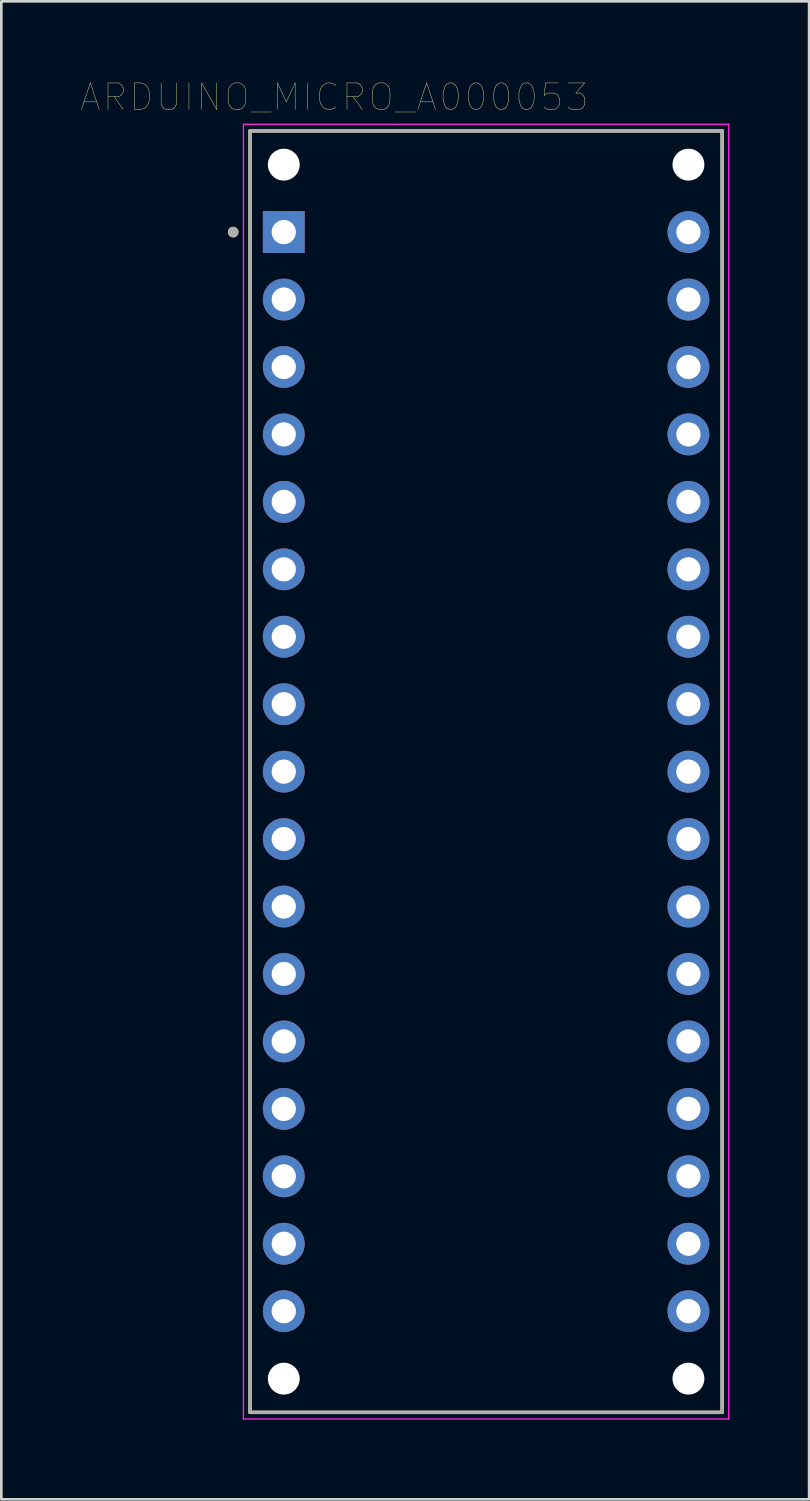
<source format=kicad_pcb>
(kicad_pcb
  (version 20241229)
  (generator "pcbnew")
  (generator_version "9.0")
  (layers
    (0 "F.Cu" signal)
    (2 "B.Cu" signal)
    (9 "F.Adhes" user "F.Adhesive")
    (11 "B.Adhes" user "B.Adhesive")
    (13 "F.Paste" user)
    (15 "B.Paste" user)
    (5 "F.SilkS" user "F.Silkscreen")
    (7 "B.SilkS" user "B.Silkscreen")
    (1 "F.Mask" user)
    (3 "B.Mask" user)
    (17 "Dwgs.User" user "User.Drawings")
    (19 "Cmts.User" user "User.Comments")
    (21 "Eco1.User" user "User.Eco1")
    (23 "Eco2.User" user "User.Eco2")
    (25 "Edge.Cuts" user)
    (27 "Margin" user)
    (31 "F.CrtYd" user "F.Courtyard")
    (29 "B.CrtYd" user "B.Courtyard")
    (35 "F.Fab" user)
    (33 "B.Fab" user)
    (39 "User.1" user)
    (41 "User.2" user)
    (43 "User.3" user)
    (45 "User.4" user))
  (footprint "ARDUINO_MICRO_A000053"
    (layer "F.Cu")
    (at 15.257 26.011)
    (property "Reference" "ARDUINO_MICRO_A000053" (at -5.715 -25.4 0) (layer "F.SilkS") (effects (font (size 1 1) (thickness 0.015))))
    (attr through_hole)
    (fp_line (start -8.89 -24.13) (end 8.89 -24.13) (stroke (width 0.127) (type solid)) (layer "F.SilkS"))
    (fp_line (start -8.89 24.13) (end -8.89 -24.13) (stroke (width 0.127) (type solid)) (layer "F.SilkS"))
    (fp_line (start -8.89 24.13) (end 8.89 24.13) (stroke (width 0.127) (type solid)) (layer "F.SilkS"))
    (fp_line (start 8.89 24.13) (end 8.89 -24.13) (stroke (width 0.127) (type solid)) (layer "F.SilkS"))
    (fp_circle (center -9.525 -20.32) (end -9.425 -20.32) (stroke (width 0.2) (type solid)) (fill no) (layer "F.SilkS"))
    (fp_line (start -9.14 -24.38) (end 9.14 -24.38) (stroke (width 0.05) (type solid)) (layer "F.CrtYd"))
    (fp_line (start -9.14 24.38) (end -9.14 -24.38) (stroke (width 0.05) (type solid)) (layer "F.CrtYd"))
    (fp_line (start -9.14 24.38) (end 9.14 24.38) (stroke (width 0.05) (type solid)) (layer "F.CrtYd"))
    (fp_line (start 9.14 24.38) (end 9.14 -24.38) (stroke (width 0.05) (type solid)) (layer "F.CrtYd"))
    (fp_line (start -8.89 -24.13) (end 8.89 -24.13) (stroke (width 0.127) (type solid)) (layer "F.Fab"))
    (fp_line (start -8.89 24.13) (end -8.89 -24.13) (stroke (width 0.127) (type solid)) (layer "F.Fab"))
    (fp_line (start -8.89 24.13) (end 8.89 24.13) (stroke (width 0.127) (type solid)) (layer "F.Fab"))
    (fp_line (start 8.89 24.13) (end 8.89 -24.13) (stroke (width 0.127) (type solid)) (layer "F.Fab"))
    (fp_circle (center -9.525 -20.32) (end -9.425 -20.32) (stroke (width 0.2) (type solid)) (fill no) (layer "F.Fab"))
    (pad "" np_thru_hole circle (at -7.62 -22.86) (size 1.2 1.2) (drill 1.2) (layers "*.Cu" "*.Mask"))
    (pad "" np_thru_hole circle (at -7.62 22.86) (size 1.2 1.2) (drill 1.2) (layers "*.Cu" "*.Mask"))
    (pad "" np_thru_hole circle (at 7.62 -22.86) (size 1.2 1.2) (drill 1.2) (layers "*.Cu" "*.Mask"))
    (pad "" np_thru_hole circle (at 7.62 22.86) (size 1.2 1.2) (drill 1.2) (layers "*.Cu" "*.Mask"))
    (pad "1" thru_hole rect (at -7.62 -20.32) (size 1.575 1.575) (drill 0.914) (layers "*.Cu" "*.Mask"))
    (pad "2" thru_hole circle (at -7.62 -17.78) (size 1.575 1.575) (drill 0.914) (layers "*.Cu" "*.Mask"))
    (pad "3" thru_hole circle (at -7.62 -15.24) (size 1.575 1.575) (drill 0.914) (layers "*.Cu" "*.Mask"))
    (pad "4" thru_hole circle (at -7.62 -12.7) (size 1.575 1.575) (drill 0.914) (layers "*.Cu" "*.Mask"))
    (pad "5" thru_hole circle (at -7.62 -10.16) (size 1.575 1.575) (drill 0.914) (layers "*.Cu" "*.Mask"))
    (pad "6" thru_hole circle (at -7.62 -7.62) (size 1.575 1.575) (drill 0.914) (layers "*.Cu" "*.Mask"))
    (pad "7" thru_hole circle (at -7.62 -5.08) (size 1.575 1.575) (drill 0.914) (layers "*.Cu" "*.Mask"))
    (pad "8" thru_hole circle (at -7.62 -2.54) (size 1.575 1.575) (drill 0.914) (layers "*.Cu" "*.Mask"))
    (pad "9" thru_hole circle (at -7.62 0) (size 1.575 1.575) (drill 0.914) (layers "*.Cu" "*.Mask"))
    (pad "10" thru_hole circle (at -7.62 2.54) (size 1.575 1.575) (drill 0.914) (layers "*.Cu" "*.Mask"))
    (pad "11" thru_hole circle (at -7.62 5.08) (size 1.575 1.575) (drill 0.914) (layers "*.Cu" "*.Mask"))
    (pad "12" thru_hole circle (at -7.62 7.62) (size 1.575 1.575) (drill 0.914) (layers "*.Cu" "*.Mask"))
    (pad "13" thru_hole circle (at -7.62 10.16) (size 1.575 1.575) (drill 0.914) (layers "*.Cu" "*.Mask"))
    (pad "14" thru_hole circle (at -7.62 12.7) (size 1.575 1.575) (drill 0.914) (layers "*.Cu" "*.Mask"))
    (pad "15" thru_hole circle (at -7.62 15.24) (size 1.575 1.575) (drill 0.914) (layers "*.Cu" "*.Mask"))
    (pad "16" thru_hole circle (at -7.62 17.78) (size 1.575 1.575) (drill 0.914) (layers "*.Cu" "*.Mask"))
    (pad "17" thru_hole circle (at -7.62 20.32) (size 1.575 1.575) (drill 0.914) (layers "*.Cu" "*.Mask"))
    (pad "18" thru_hole circle (at 7.62 20.32) (size 1.575 1.575) (drill 0.914) (layers "*.Cu" "*.Mask"))
    (pad "19" thru_hole circle (at 7.62 17.78) (size 1.575 1.575) (drill 0.914) (layers "*.Cu" "*.Mask"))
    (pad "20" thru_hole circle (at 7.62 15.24) (size 1.575 1.575) (drill 0.914) (layers "*.Cu" "*.Mask"))
    (pad "21" thru_hole circle (at 7.62 12.7) (size 1.575 1.575) (drill 0.914) (layers "*.Cu" "*.Mask"))
    (pad "22" thru_hole circle (at 7.62 10.16) (size 1.575 1.575) (drill 0.914) (layers "*.Cu" "*.Mask"))
    (pad "23" thru_hole circle (at 7.62 7.62) (size 1.575 1.575) (drill 0.914) (layers "*.Cu" "*.Mask"))
    (pad "24" thru_hole circle (at 7.62 5.08) (size 1.575 1.575) (drill 0.914) (layers "*.Cu" "*.Mask"))
    (pad "25" thru_hole circle (at 7.62 2.54) (size 1.575 1.575) (drill 0.914) (layers "*.Cu" "*.Mask"))
    (pad "26" thru_hole circle (at 7.62 0) (size 1.575 1.575) (drill 0.914) (layers "*.Cu" "*.Mask"))
    (pad "27" thru_hole circle (at 7.62 -2.54) (size 1.575 1.575) (drill 0.914) (layers "*.Cu" "*.Mask"))
    (pad "28" thru_hole circle (at 7.62 -5.08) (size 1.575 1.575) (drill 0.914) (layers "*.Cu" "*.Mask"))
    (pad "29" thru_hole circle (at 7.62 -7.62) (size 1.575 1.575) (drill 0.914) (layers "*.Cu" "*.Mask"))
    (pad "30" thru_hole circle (at 7.62 -10.16) (size 1.575 1.575) (drill 0.914) (layers "*.Cu" "*.Mask"))
    (pad "31" thru_hole circle (at 7.62 -12.7) (size 1.575 1.575) (drill 0.914) (layers "*.Cu" "*.Mask"))
    (pad "32" thru_hole circle (at 7.62 -15.24) (size 1.575 1.575) (drill 0.914) (layers "*.Cu" "*.Mask"))
    (pad "33" thru_hole circle (at 7.62 -17.78) (size 1.575 1.575) (drill 0.914) (layers "*.Cu" "*.Mask"))
    (pad "34" thru_hole circle (at 7.62 -20.32) (size 1.575 1.575) (drill 0.914) (layers "*.Cu" "*.Mask")))
  (gr_rect
    (start -3 -3)
    (end 27.422 53.416)
    (stroke (width 0.1) (type default))
    (fill no)
    (layer "Edge.Cuts")))
</source>
